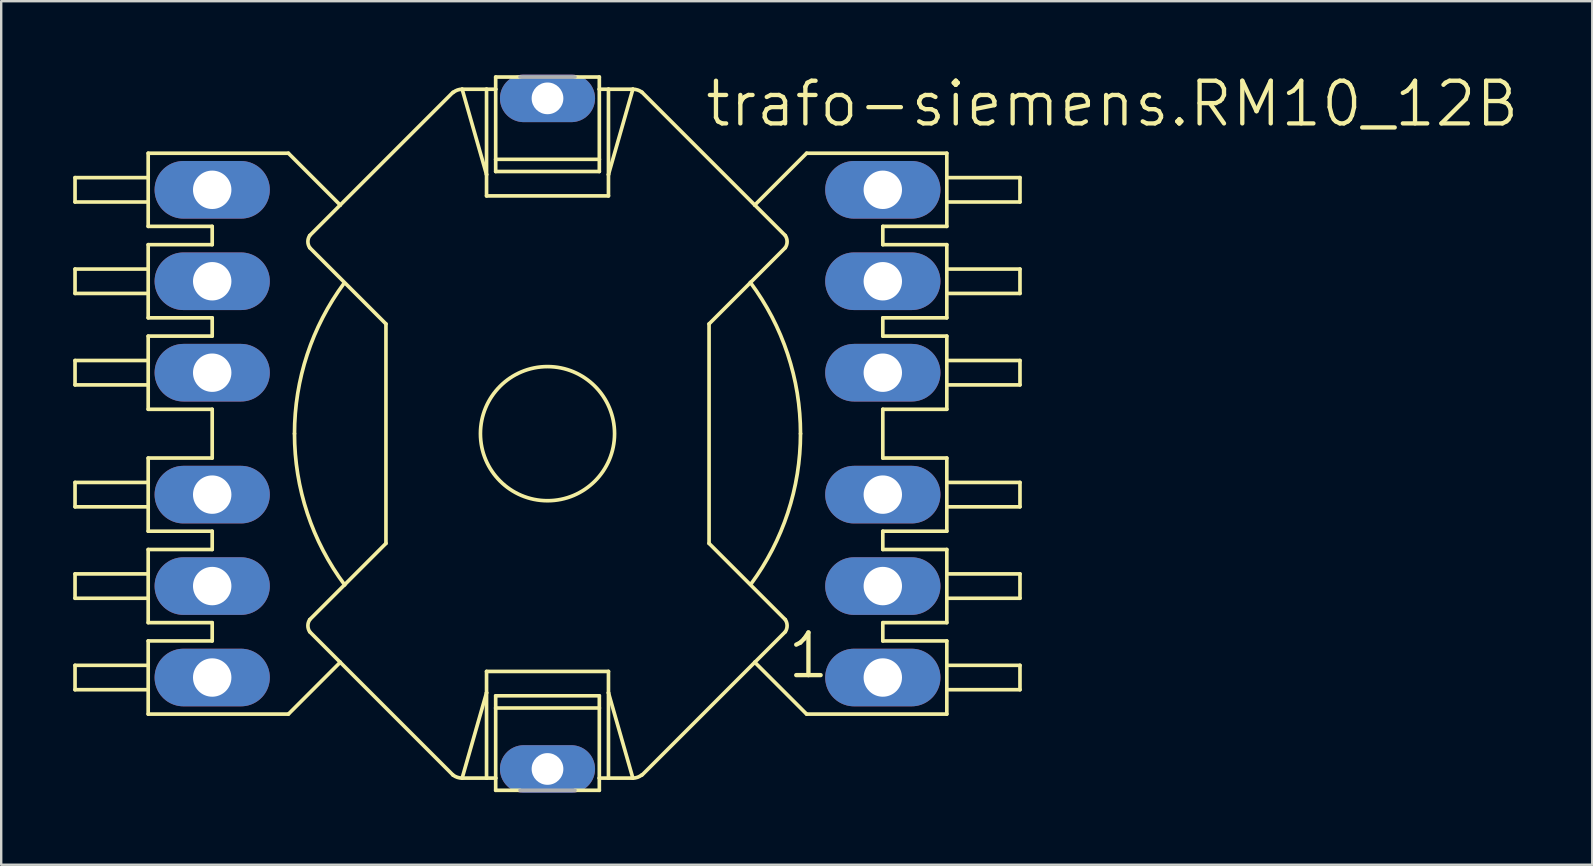
<source format=kicad_pcb>
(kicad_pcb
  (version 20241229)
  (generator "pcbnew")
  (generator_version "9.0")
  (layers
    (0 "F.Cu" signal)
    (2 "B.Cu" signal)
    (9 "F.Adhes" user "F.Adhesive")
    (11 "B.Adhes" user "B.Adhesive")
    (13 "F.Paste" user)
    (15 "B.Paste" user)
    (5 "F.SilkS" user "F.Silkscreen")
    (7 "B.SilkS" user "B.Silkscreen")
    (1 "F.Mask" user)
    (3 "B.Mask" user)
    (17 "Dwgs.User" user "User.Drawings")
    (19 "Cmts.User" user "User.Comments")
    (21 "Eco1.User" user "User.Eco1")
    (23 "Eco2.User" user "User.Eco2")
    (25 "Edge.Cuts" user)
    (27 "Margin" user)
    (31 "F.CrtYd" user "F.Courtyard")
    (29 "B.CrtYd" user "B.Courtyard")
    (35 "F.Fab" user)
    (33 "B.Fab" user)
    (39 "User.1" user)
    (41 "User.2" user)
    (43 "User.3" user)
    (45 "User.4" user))
  (footprint "trafo-siemens.RM10_12B"
    (layer "F.Cu")
    (at 19.761 15.018)
    (property "Reference" "trafo-siemens.RM10_12B" (at 6.477 -12.7 0) (layer "F.SilkS") (effects (font (size 1.778 1.778) (thickness 0.18)) (justify left bottom)))
    (attr through_hole)
    (fp_line (start -19.685 -9.652) (end -19.685 -10.668) (stroke (width 0.152) (type default)) (layer "F.SilkS"))
    (fp_line (start -19.685 -5.842) (end -19.685 -6.858) (stroke (width 0.152) (type default)) (layer "F.SilkS"))
    (fp_line (start -19.685 -2.032) (end -19.685 -3.048) (stroke (width 0.152) (type default)) (layer "F.SilkS"))
    (fp_line (start -19.685 3.048) (end -19.685 2.032) (stroke (width 0.152) (type default)) (layer "F.SilkS"))
    (fp_line (start -19.685 6.858) (end -19.685 5.842) (stroke (width 0.152) (type default)) (layer "F.SilkS"))
    (fp_line (start -19.685 10.668) (end -19.685 9.652) (stroke (width 0.152) (type default)) (layer "F.SilkS"))
    (fp_line (start -16.637 -10.668) (end -19.685 -10.668) (stroke (width 0.152) (type default)) (layer "F.SilkS"))
    (fp_line (start -16.637 -10.668) (end -16.637 -11.684) (stroke (width 0.152) (type default)) (layer "F.SilkS"))
    (fp_line (start -16.637 -9.652) (end -19.685 -9.652) (stroke (width 0.152) (type default)) (layer "F.SilkS"))
    (fp_line (start -16.637 -9.652) (end -16.637 -10.668) (stroke (width 0.152) (type default)) (layer "F.SilkS"))
    (fp_line (start -16.637 -8.636) (end -16.637 -9.652) (stroke (width 0.152) (type default)) (layer "F.SilkS"))
    (fp_line (start -16.637 -6.858) (end -19.685 -6.858) (stroke (width 0.152) (type default)) (layer "F.SilkS"))
    (fp_line (start -16.637 -6.858) (end -16.637 -7.874) (stroke (width 0.152) (type default)) (layer "F.SilkS"))
    (fp_line (start -16.637 -5.842) (end -19.685 -5.842) (stroke (width 0.152) (type default)) (layer "F.SilkS"))
    (fp_line (start -16.637 -5.842) (end -16.637 -6.858) (stroke (width 0.152) (type default)) (layer "F.SilkS"))
    (fp_line (start -16.637 -4.826) (end -16.637 -5.842) (stroke (width 0.152) (type default)) (layer "F.SilkS"))
    (fp_line (start -16.637 -3.048) (end -19.685 -3.048) (stroke (width 0.152) (type default)) (layer "F.SilkS"))
    (fp_line (start -16.637 -3.048) (end -16.637 -4.064) (stroke (width 0.152) (type default)) (layer "F.SilkS"))
    (fp_line (start -16.637 -2.032) (end -19.685 -2.032) (stroke (width 0.152) (type default)) (layer "F.SilkS"))
    (fp_line (start -16.637 -2.032) (end -16.637 -3.048) (stroke (width 0.152) (type default)) (layer "F.SilkS"))
    (fp_line (start -16.637 -1.016) (end -16.637 -2.032) (stroke (width 0.152) (type default)) (layer "F.SilkS"))
    (fp_line (start -16.637 2.032) (end -19.685 2.032) (stroke (width 0.152) (type default)) (layer "F.SilkS"))
    (fp_line (start -16.637 2.032) (end -16.637 1.016) (stroke (width 0.152) (type default)) (layer "F.SilkS"))
    (fp_line (start -16.637 3.048) (end -19.685 3.048) (stroke (width 0.152) (type default)) (layer "F.SilkS"))
    (fp_line (start -16.637 3.048) (end -16.637 2.032) (stroke (width 0.152) (type default)) (layer "F.SilkS"))
    (fp_line (start -16.637 4.064) (end -16.637 3.048) (stroke (width 0.152) (type default)) (layer "F.SilkS"))
    (fp_line (start -16.637 5.842) (end -19.685 5.842) (stroke (width 0.152) (type default)) (layer "F.SilkS"))
    (fp_line (start -16.637 5.842) (end -16.637 4.826) (stroke (width 0.152) (type default)) (layer "F.SilkS"))
    (fp_line (start -16.637 6.858) (end -19.685 6.858) (stroke (width 0.152) (type default)) (layer "F.SilkS"))
    (fp_line (start -16.637 6.858) (end -16.637 5.842) (stroke (width 0.152) (type default)) (layer "F.SilkS"))
    (fp_line (start -16.637 7.874) (end -16.637 6.858) (stroke (width 0.152) (type default)) (layer "F.SilkS"))
    (fp_line (start -16.637 9.652) (end -19.685 9.652) (stroke (width 0.152) (type default)) (layer "F.SilkS"))
    (fp_line (start -16.637 9.652) (end -16.637 8.636) (stroke (width 0.152) (type default)) (layer "F.SilkS"))
    (fp_line (start -16.637 10.668) (end -19.685 10.668) (stroke (width 0.152) (type default)) (layer "F.SilkS"))
    (fp_line (start -16.637 10.668) (end -16.637 9.652) (stroke (width 0.152) (type default)) (layer "F.SilkS"))
    (fp_line (start -16.637 11.684) (end -16.637 10.668) (stroke (width 0.152) (type default)) (layer "F.SilkS"))
    (fp_line (start -13.97 -8.636) (end -16.637 -8.636) (stroke (width 0.152) (type default)) (layer "F.SilkS"))
    (fp_line (start -13.97 -7.874) (end -16.637 -7.874) (stroke (width 0.152) (type default)) (layer "F.SilkS"))
    (fp_line (start -13.97 -7.874) (end -13.97 -8.636) (stroke (width 0.152) (type default)) (layer "F.SilkS"))
    (fp_line (start -13.97 -4.826) (end -16.637 -4.826) (stroke (width 0.152) (type default)) (layer "F.SilkS"))
    (fp_line (start -13.97 -4.064) (end -16.637 -4.064) (stroke (width 0.152) (type default)) (layer "F.SilkS"))
    (fp_line (start -13.97 -4.064) (end -13.97 -4.826) (stroke (width 0.152) (type default)) (layer "F.SilkS"))
    (fp_line (start -13.97 -1.016) (end -16.637 -1.016) (stroke (width 0.152) (type default)) (layer "F.SilkS"))
    (fp_line (start -13.97 1.016) (end -16.637 1.016) (stroke (width 0.152) (type default)) (layer "F.SilkS"))
    (fp_line (start -13.97 1.016) (end -13.97 -1.016) (stroke (width 0.152) (type default)) (layer "F.SilkS"))
    (fp_line (start -13.97 4.064) (end -16.637 4.064) (stroke (width 0.152) (type default)) (layer "F.SilkS"))
    (fp_line (start -13.97 4.826) (end -16.637 4.826) (stroke (width 0.152) (type default)) (layer "F.SilkS"))
    (fp_line (start -13.97 4.826) (end -13.97 4.064) (stroke (width 0.152) (type default)) (layer "F.SilkS"))
    (fp_line (start -13.97 7.874) (end -16.637 7.874) (stroke (width 0.152) (type default)) (layer "F.SilkS"))
    (fp_line (start -13.97 8.636) (end -16.637 8.636) (stroke (width 0.152) (type default)) (layer "F.SilkS"))
    (fp_line (start -13.97 8.636) (end -13.97 7.874) (stroke (width 0.152) (type default)) (layer "F.SilkS"))
    (fp_line (start -10.795 -11.684) (end -16.637 -11.684) (stroke (width 0.152) (type default)) (layer "F.SilkS"))
    (fp_line (start -10.795 -11.684) (end -8.636 -9.525) (stroke (width 0.152) (type default)) (layer "F.SilkS"))
    (fp_line (start -10.795 11.684) (end -16.637 11.684) (stroke (width 0.152) (type default)) (layer "F.SilkS"))
    (fp_line (start -10.795 11.684) (end -8.636 9.525) (stroke (width 0.152) (type default)) (layer "F.SilkS"))
    (fp_line (start -9.906 -7.747) (end -6.731 -4.572) (stroke (width 0.152) (type default)) (layer "F.SilkS"))
    (fp_line (start -9.906 8.255) (end -8.636 9.525) (stroke (width 0.152) (type default)) (layer "F.SilkS"))
    (fp_line (start -8.636 -9.525) (end -9.906 -8.255) (stroke (width 0.152) (type default)) (layer "F.SilkS"))
    (fp_line (start -8.636 9.525) (end -3.937 14.224) (stroke (width 0.152) (type default)) (layer "F.SilkS"))
    (fp_line (start -6.731 4.572) (end -9.906 7.747) (stroke (width 0.152) (type default)) (layer "F.SilkS"))
    (fp_line (start -6.731 4.572) (end -6.731 -4.572) (stroke (width 0.152) (type default)) (layer "F.SilkS"))
    (fp_line (start -3.937 -14.224) (end -8.636 -9.525) (stroke (width 0.152) (type default)) (layer "F.SilkS"))
    (fp_line (start -3.556 -14.351) (end -2.54 -14.351) (stroke (width 0.152) (type default)) (layer "F.SilkS"))
    (fp_line (start -2.54 -14.351) (end -2.159 -14.351) (stroke (width 0.152) (type default)) (layer "F.SilkS"))
    (fp_line (start -2.54 -10.795) (end -3.556 -14.351) (stroke (width 0.152) (type default)) (layer "F.SilkS"))
    (fp_line (start -2.54 -10.795) (end -2.54 -14.351) (stroke (width 0.152) (type default)) (layer "F.SilkS"))
    (fp_line (start -2.54 -9.906) (end -2.54 -10.795) (stroke (width 0.152) (type default)) (layer "F.SilkS"))
    (fp_line (start -2.54 9.906) (end 2.54 9.906) (stroke (width 0.152) (type default)) (layer "F.SilkS"))
    (fp_line (start -2.54 10.795) (end -3.556 14.351) (stroke (width 0.152) (type default)) (layer "F.SilkS"))
    (fp_line (start -2.54 10.795) (end -2.54 9.906) (stroke (width 0.152) (type default)) (layer "F.SilkS"))
    (fp_line (start -2.54 14.351) (end -3.556 14.351) (stroke (width 0.152) (type default)) (layer "F.SilkS"))
    (fp_line (start -2.54 14.351) (end -2.54 10.795) (stroke (width 0.152) (type default)) (layer "F.SilkS"))
    (fp_line (start -2.54 14.351) (end -2.159 14.351) (stroke (width 0.152) (type default)) (layer "F.SilkS"))
    (fp_line (start -2.159 -14.859) (end -1.143 -14.859) (stroke (width 0.152) (type default)) (layer "F.SilkS"))
    (fp_line (start -2.159 -14.351) (end -2.159 -14.859) (stroke (width 0.152) (type default)) (layer "F.SilkS"))
    (fp_line (start -2.159 -11.43) (end -2.159 -14.351) (stroke (width 0.152) (type default)) (layer "F.SilkS"))
    (fp_line (start -2.159 -11.43) (end 2.159 -11.43) (stroke (width 0.152) (type default)) (layer "F.SilkS"))
    (fp_line (start -2.159 -10.922) (end -2.159 -11.43) (stroke (width 0.152) (type default)) (layer "F.SilkS"))
    (fp_line (start -2.159 10.922) (end 2.159 10.922) (stroke (width 0.152) (type default)) (layer "F.SilkS"))
    (fp_line (start -2.159 11.43) (end -2.159 10.922) (stroke (width 0.152) (type default)) (layer "F.SilkS"))
    (fp_line (start -2.159 14.351) (end -2.159 11.43) (stroke (width 0.152) (type default)) (layer "F.SilkS"))
    (fp_line (start -2.159 14.859) (end -2.159 14.351) (stroke (width 0.152) (type default)) (layer "F.SilkS"))
    (fp_line (start -2.159 14.859) (end -1.143 14.859) (stroke (width 0.152) (type default)) (layer "F.SilkS"))
    (fp_line (start 2.159 -14.859) (end 1.143 -14.859) (stroke (width 0.152) (type default)) (layer "F.SilkS"))
    (fp_line (start 2.159 -14.859) (end 2.159 -14.351) (stroke (width 0.152) (type default)) (layer "F.SilkS"))
    (fp_line (start 2.159 -14.351) (end 2.159 -11.43) (stroke (width 0.152) (type default)) (layer "F.SilkS"))
    (fp_line (start 2.159 -11.43) (end 2.159 -10.922) (stroke (width 0.152) (type default)) (layer "F.SilkS"))
    (fp_line (start 2.159 -10.922) (end -2.159 -10.922) (stroke (width 0.152) (type default)) (layer "F.SilkS"))
    (fp_line (start 2.159 10.922) (end 2.159 11.43) (stroke (width 0.152) (type default)) (layer "F.SilkS"))
    (fp_line (start 2.159 11.43) (end -2.159 11.43) (stroke (width 0.152) (type default)) (layer "F.SilkS"))
    (fp_line (start 2.159 11.43) (end 2.159 14.351) (stroke (width 0.152) (type default)) (layer "F.SilkS"))
    (fp_line (start 2.159 14.351) (end 2.159 14.859) (stroke (width 0.152) (type default)) (layer "F.SilkS"))
    (fp_line (start 2.159 14.859) (end 1.143 14.859) (stroke (width 0.152) (type default)) (layer "F.SilkS"))
    (fp_line (start 2.54 -14.351) (end 2.159 -14.351) (stroke (width 0.152) (type default)) (layer "F.SilkS"))
    (fp_line (start 2.54 -14.351) (end 2.54 -10.795) (stroke (width 0.152) (type default)) (layer "F.SilkS"))
    (fp_line (start 2.54 -14.351) (end 3.556 -14.351) (stroke (width 0.152) (type default)) (layer "F.SilkS"))
    (fp_line (start 2.54 -10.795) (end 2.54 -9.906) (stroke (width 0.152) (type default)) (layer "F.SilkS"))
    (fp_line (start 2.54 -10.795) (end 3.556 -14.351) (stroke (width 0.152) (type default)) (layer "F.SilkS"))
    (fp_line (start 2.54 -9.906) (end -2.54 -9.906) (stroke (width 0.152) (type default)) (layer "F.SilkS"))
    (fp_line (start 2.54 9.906) (end 2.54 10.795) (stroke (width 0.152) (type default)) (layer "F.SilkS"))
    (fp_line (start 2.54 10.795) (end 2.54 14.351) (stroke (width 0.152) (type default)) (layer "F.SilkS"))
    (fp_line (start 2.54 10.795) (end 3.556 14.351) (stroke (width 0.152) (type default)) (layer "F.SilkS"))
    (fp_line (start 2.54 14.351) (end 2.159 14.351) (stroke (width 0.152) (type default)) (layer "F.SilkS"))
    (fp_line (start 3.556 14.351) (end 2.54 14.351) (stroke (width 0.152) (type default)) (layer "F.SilkS"))
    (fp_line (start 3.937 -14.224) (end 8.636 -9.525) (stroke (width 0.152) (type default)) (layer "F.SilkS"))
    (fp_line (start 3.937 14.224) (end 8.636 9.525) (stroke (width 0.152) (type default)) (layer "F.SilkS"))
    (fp_line (start 6.731 -4.572) (end 6.731 4.572) (stroke (width 0.152) (type default)) (layer "F.SilkS"))
    (fp_line (start 6.731 -4.572) (end 9.906 -7.747) (stroke (width 0.152) (type default)) (layer "F.SilkS"))
    (fp_line (start 8.636 -9.525) (end 9.906 -8.255) (stroke (width 0.152) (type default)) (layer "F.SilkS"))
    (fp_line (start 8.636 9.525) (end 9.906 8.255) (stroke (width 0.152) (type default)) (layer "F.SilkS"))
    (fp_line (start 9.906 7.747) (end 6.731 4.572) (stroke (width 0.152) (type default)) (layer "F.SilkS"))
    (fp_line (start 10.795 -11.684) (end 8.636 -9.525) (stroke (width 0.152) (type default)) (layer "F.SilkS"))
    (fp_line (start 10.795 -11.684) (end 16.637 -11.684) (stroke (width 0.152) (type default)) (layer "F.SilkS"))
    (fp_line (start 10.795 11.684) (end 8.636 9.525) (stroke (width 0.152) (type default)) (layer "F.SilkS"))
    (fp_line (start 10.795 11.684) (end 16.637 11.684) (stroke (width 0.152) (type default)) (layer "F.SilkS"))
    (fp_line (start 13.97 -8.636) (end 13.97 -7.874) (stroke (width 0.152) (type default)) (layer "F.SilkS"))
    (fp_line (start 13.97 -8.636) (end 16.637 -8.636) (stroke (width 0.152) (type default)) (layer "F.SilkS"))
    (fp_line (start 13.97 -7.874) (end 16.637 -7.874) (stroke (width 0.152) (type default)) (layer "F.SilkS"))
    (fp_line (start 13.97 -4.826) (end 13.97 -4.064) (stroke (width 0.152) (type default)) (layer "F.SilkS"))
    (fp_line (start 13.97 -4.826) (end 16.637 -4.826) (stroke (width 0.152) (type default)) (layer "F.SilkS"))
    (fp_line (start 13.97 -4.064) (end 16.637 -4.064) (stroke (width 0.152) (type default)) (layer "F.SilkS"))
    (fp_line (start 13.97 -1.016) (end 13.97 1.016) (stroke (width 0.152) (type default)) (layer "F.SilkS"))
    (fp_line (start 13.97 -1.016) (end 16.637 -1.016) (stroke (width 0.152) (type default)) (layer "F.SilkS"))
    (fp_line (start 13.97 1.016) (end 16.637 1.016) (stroke (width 0.152) (type default)) (layer "F.SilkS"))
    (fp_line (start 13.97 4.064) (end 13.97 4.826) (stroke (width 0.152) (type default)) (layer "F.SilkS"))
    (fp_line (start 13.97 4.064) (end 16.637 4.064) (stroke (width 0.152) (type default)) (layer "F.SilkS"))
    (fp_line (start 13.97 4.826) (end 16.637 4.826) (stroke (width 0.152) (type default)) (layer "F.SilkS"))
    (fp_line (start 13.97 7.874) (end 13.97 8.636) (stroke (width 0.152) (type default)) (layer "F.SilkS"))
    (fp_line (start 13.97 7.874) (end 16.637 7.874) (stroke (width 0.152) (type default)) (layer "F.SilkS"))
    (fp_line (start 13.97 8.636) (end 16.637 8.636) (stroke (width 0.152) (type default)) (layer "F.SilkS"))
    (fp_line (start 16.637 -11.684) (end 16.637 -10.668) (stroke (width 0.152) (type default)) (layer "F.SilkS"))
    (fp_line (start 16.637 -10.668) (end 16.637 -9.652) (stroke (width 0.152) (type default)) (layer "F.SilkS"))
    (fp_line (start 16.637 -10.668) (end 19.685 -10.668) (stroke (width 0.152) (type default)) (layer "F.SilkS"))
    (fp_line (start 16.637 -9.652) (end 16.637 -8.636) (stroke (width 0.152) (type default)) (layer "F.SilkS"))
    (fp_line (start 16.637 -9.652) (end 19.685 -9.652) (stroke (width 0.152) (type default)) (layer "F.SilkS"))
    (fp_line (start 16.637 -7.874) (end 16.637 -6.858) (stroke (width 0.152) (type default)) (layer "F.SilkS"))
    (fp_line (start 16.637 -6.858) (end 16.637 -5.842) (stroke (width 0.152) (type default)) (layer "F.SilkS"))
    (fp_line (start 16.637 -6.858) (end 19.685 -6.858) (stroke (width 0.152) (type default)) (layer "F.SilkS"))
    (fp_line (start 16.637 -5.842) (end 16.637 -4.826) (stroke (width 0.152) (type default)) (layer "F.SilkS"))
    (fp_line (start 16.637 -5.842) (end 19.685 -5.842) (stroke (width 0.152) (type default)) (layer "F.SilkS"))
    (fp_line (start 16.637 -4.064) (end 16.637 -3.048) (stroke (width 0.152) (type default)) (layer "F.SilkS"))
    (fp_line (start 16.637 -3.048) (end 16.637 -2.032) (stroke (width 0.152) (type default)) (layer "F.SilkS"))
    (fp_line (start 16.637 -3.048) (end 19.685 -3.048) (stroke (width 0.152) (type default)) (layer "F.SilkS"))
    (fp_line (start 16.637 -2.032) (end 16.637 -1.016) (stroke (width 0.152) (type default)) (layer "F.SilkS"))
    (fp_line (start 16.637 -2.032) (end 19.685 -2.032) (stroke (width 0.152) (type default)) (layer "F.SilkS"))
    (fp_line (start 16.637 1.016) (end 16.637 2.032) (stroke (width 0.152) (type default)) (layer "F.SilkS"))
    (fp_line (start 16.637 2.032) (end 16.637 3.048) (stroke (width 0.152) (type default)) (layer "F.SilkS"))
    (fp_line (start 16.637 2.032) (end 19.685 2.032) (stroke (width 0.152) (type default)) (layer "F.SilkS"))
    (fp_line (start 16.637 3.048) (end 16.637 4.064) (stroke (width 0.152) (type default)) (layer "F.SilkS"))
    (fp_line (start 16.637 3.048) (end 19.685 3.048) (stroke (width 0.152) (type default)) (layer "F.SilkS"))
    (fp_line (start 16.637 4.826) (end 16.637 5.842) (stroke (width 0.152) (type default)) (layer "F.SilkS"))
    (fp_line (start 16.637 5.842) (end 16.637 6.858) (stroke (width 0.152) (type default)) (layer "F.SilkS"))
    (fp_line (start 16.637 5.842) (end 19.685 5.842) (stroke (width 0.152) (type default)) (layer "F.SilkS"))
    (fp_line (start 16.637 6.858) (end 16.637 7.874) (stroke (width 0.152) (type default)) (layer "F.SilkS"))
    (fp_line (start 16.637 6.858) (end 19.685 6.858) (stroke (width 0.152) (type default)) (layer "F.SilkS"))
    (fp_line (start 16.637 8.636) (end 16.637 9.652) (stroke (width 0.152) (type default)) (layer "F.SilkS"))
    (fp_line (start 16.637 9.652) (end 16.637 10.668) (stroke (width 0.152) (type default)) (layer "F.SilkS"))
    (fp_line (start 16.637 9.652) (end 19.685 9.652) (stroke (width 0.152) (type default)) (layer "F.SilkS"))
    (fp_line (start 16.637 10.668) (end 16.637 11.684) (stroke (width 0.152) (type default)) (layer "F.SilkS"))
    (fp_line (start 16.637 10.668) (end 19.685 10.668) (stroke (width 0.152) (type default)) (layer "F.SilkS"))
    (fp_line (start 19.685 -10.668) (end 19.685 -9.652) (stroke (width 0.152) (type default)) (layer "F.SilkS"))
    (fp_line (start 19.685 -6.858) (end 19.685 -5.842) (stroke (width 0.152) (type default)) (layer "F.SilkS"))
    (fp_line (start 19.685 -3.048) (end 19.685 -2.032) (stroke (width 0.152) (type default)) (layer "F.SilkS"))
    (fp_line (start 19.685 2.032) (end 19.685 3.048) (stroke (width 0.152) (type default)) (layer "F.SilkS"))
    (fp_line (start 19.685 5.842) (end 19.685 6.858) (stroke (width 0.152) (type default)) (layer "F.SilkS"))
    (fp_line (start 19.685 9.652) (end 19.685 10.668) (stroke (width 0.152) (type default)) (layer "F.SilkS"))
    (fp_arc (start -10.541 0) (mid -10.011658 -3.298386) (end -8.4768 -6.2655) (stroke (width 0.1524) (type default)) (layer "F.SilkS"))
    (fp_arc (start -9.906 -7.747) (mid -9.982905 -8.001) (end -9.906 -8.255) (stroke (width 0.1524) (type default)) (layer "F.SilkS"))
    (fp_arc (start -9.906 8.255) (mid -9.982905 8.001) (end -9.906 7.747) (stroke (width 0.1524) (type default)) (layer "F.SilkS"))
    (fp_arc (start -8.45 6.3017) (mid -10.004618 3.319783) (end -10.541 0) (stroke (width 0.1524) (type default)) (layer "F.SilkS"))
    (fp_arc (start -3.93 -14.2156) (mid -3.754878 -14.31611) (end -3.556 -14.351) (stroke (width 0.1524) (type default)) (layer "F.SilkS"))
    (fp_arc (start -3.556 14.351) (mid -3.756805 14.318414) (end -3.937 14.224) (stroke (width 0.1524) (type default)) (layer "F.SilkS"))
    (fp_arc (start 3.556 -14.351) (mid 3.756805 -14.318414) (end 3.937 -14.224) (stroke (width 0.1524) (type default)) (layer "F.SilkS"))
    (fp_arc (start 3.93 14.2156) (mid 3.754878 14.31611) (end 3.556 14.351) (stroke (width 0.1524) (type default)) (layer "F.SilkS"))
    (fp_arc (start 8.45 -6.3017) (mid 10.004665 -3.31979) (end 10.5411 0) (stroke (width 0.1524) (type default)) (layer "F.SilkS"))
    (fp_arc (start 9.906 -8.255) (mid 9.982905 -8.001) (end 9.906 -7.747) (stroke (width 0.1524) (type default)) (layer "F.SilkS"))
    (fp_arc (start 9.906 7.747) (mid 9.982905 8.001) (end 9.906 8.255) (stroke (width 0.1524) (type default)) (layer "F.SilkS"))
    (fp_arc (start 10.541 0) (mid 10.011658 3.298386) (end 8.4768 6.2655) (stroke (width 0.1524) (type default)) (layer "F.SilkS"))
    (fp_circle (center 0 0) (end 2.794 0) (stroke (width 0.152) (type default)) (fill no) (layer "F.SilkS"))
    (fp_line (start -1.143 -14.859) (end 1.143 -14.859) (stroke (width 0.152) (type default)) (layer "F.Fab"))
    (fp_line (start 1.143 14.859) (end -1.143 14.859) (stroke (width 0.152) (type default)) (layer "F.Fab"))
    (fp_text user "1" (at 9.906 10.287 0) (layer "F.SilkS") (effects (font (size 1.778 1.778) (thickness 0.18)) (justify left bottom)))
    (pad "1" thru_hole oval (at 13.97 10.16) (size 4.801 2.4) (drill 1.6) (layers "*.Cu" "*.Mask"))
    (pad "2" thru_hole oval (at 13.97 6.35) (size 4.801 2.4) (drill 1.6) (layers "*.Cu" "*.Mask"))
    (pad "3" thru_hole oval (at 13.97 2.54) (size 4.801 2.4) (drill 1.6) (layers "*.Cu" "*.Mask"))
    (pad "4" thru_hole oval (at 13.97 -2.54) (size 4.801 2.4) (drill 1.6) (layers "*.Cu" "*.Mask"))
    (pad "5" thru_hole oval (at 13.97 -6.35) (size 4.801 2.4) (drill 1.6) (layers "*.Cu" "*.Mask"))
    (pad "6" thru_hole oval (at 13.97 -10.16) (size 4.801 2.4) (drill 1.6) (layers "*.Cu" "*.Mask"))
    (pad "7" thru_hole oval (at -13.97 -10.16) (size 4.801 2.4) (drill 1.6) (layers "*.Cu" "*.Mask"))
    (pad "8" thru_hole oval (at -13.97 -6.35) (size 4.801 2.4) (drill 1.6) (layers "*.Cu" "*.Mask"))
    (pad "9" thru_hole oval (at -13.97 -2.54) (size 4.801 2.4) (drill 1.6) (layers "*.Cu" "*.Mask"))
    (pad "10" thru_hole oval (at -13.97 2.54) (size 4.801 2.4) (drill 1.6) (layers "*.Cu" "*.Mask"))
    (pad "11" thru_hole oval (at -13.97 6.35) (size 4.801 2.4) (drill 1.6) (layers "*.Cu" "*.Mask"))
    (pad "12" thru_hole oval (at -13.97 10.16) (size 4.801 2.4) (drill 1.6) (layers "*.Cu" "*.Mask"))
    (pad "E1" thru_hole oval (at 0 -13.97) (size 3.962 1.981) (drill 1.321) (layers "*.Cu" "*.Mask"))
    (pad "E2" thru_hole oval (at 0 13.97) (size 3.962 1.981) (drill 1.321) (layers "*.Cu" "*.Mask")))
  (gr_rect
    (start -3 -3)
    (end 63.289 32.979)
    (stroke (width 0.1) (type default))
    (fill no)
    (layer "Edge.Cuts")))
</source>
